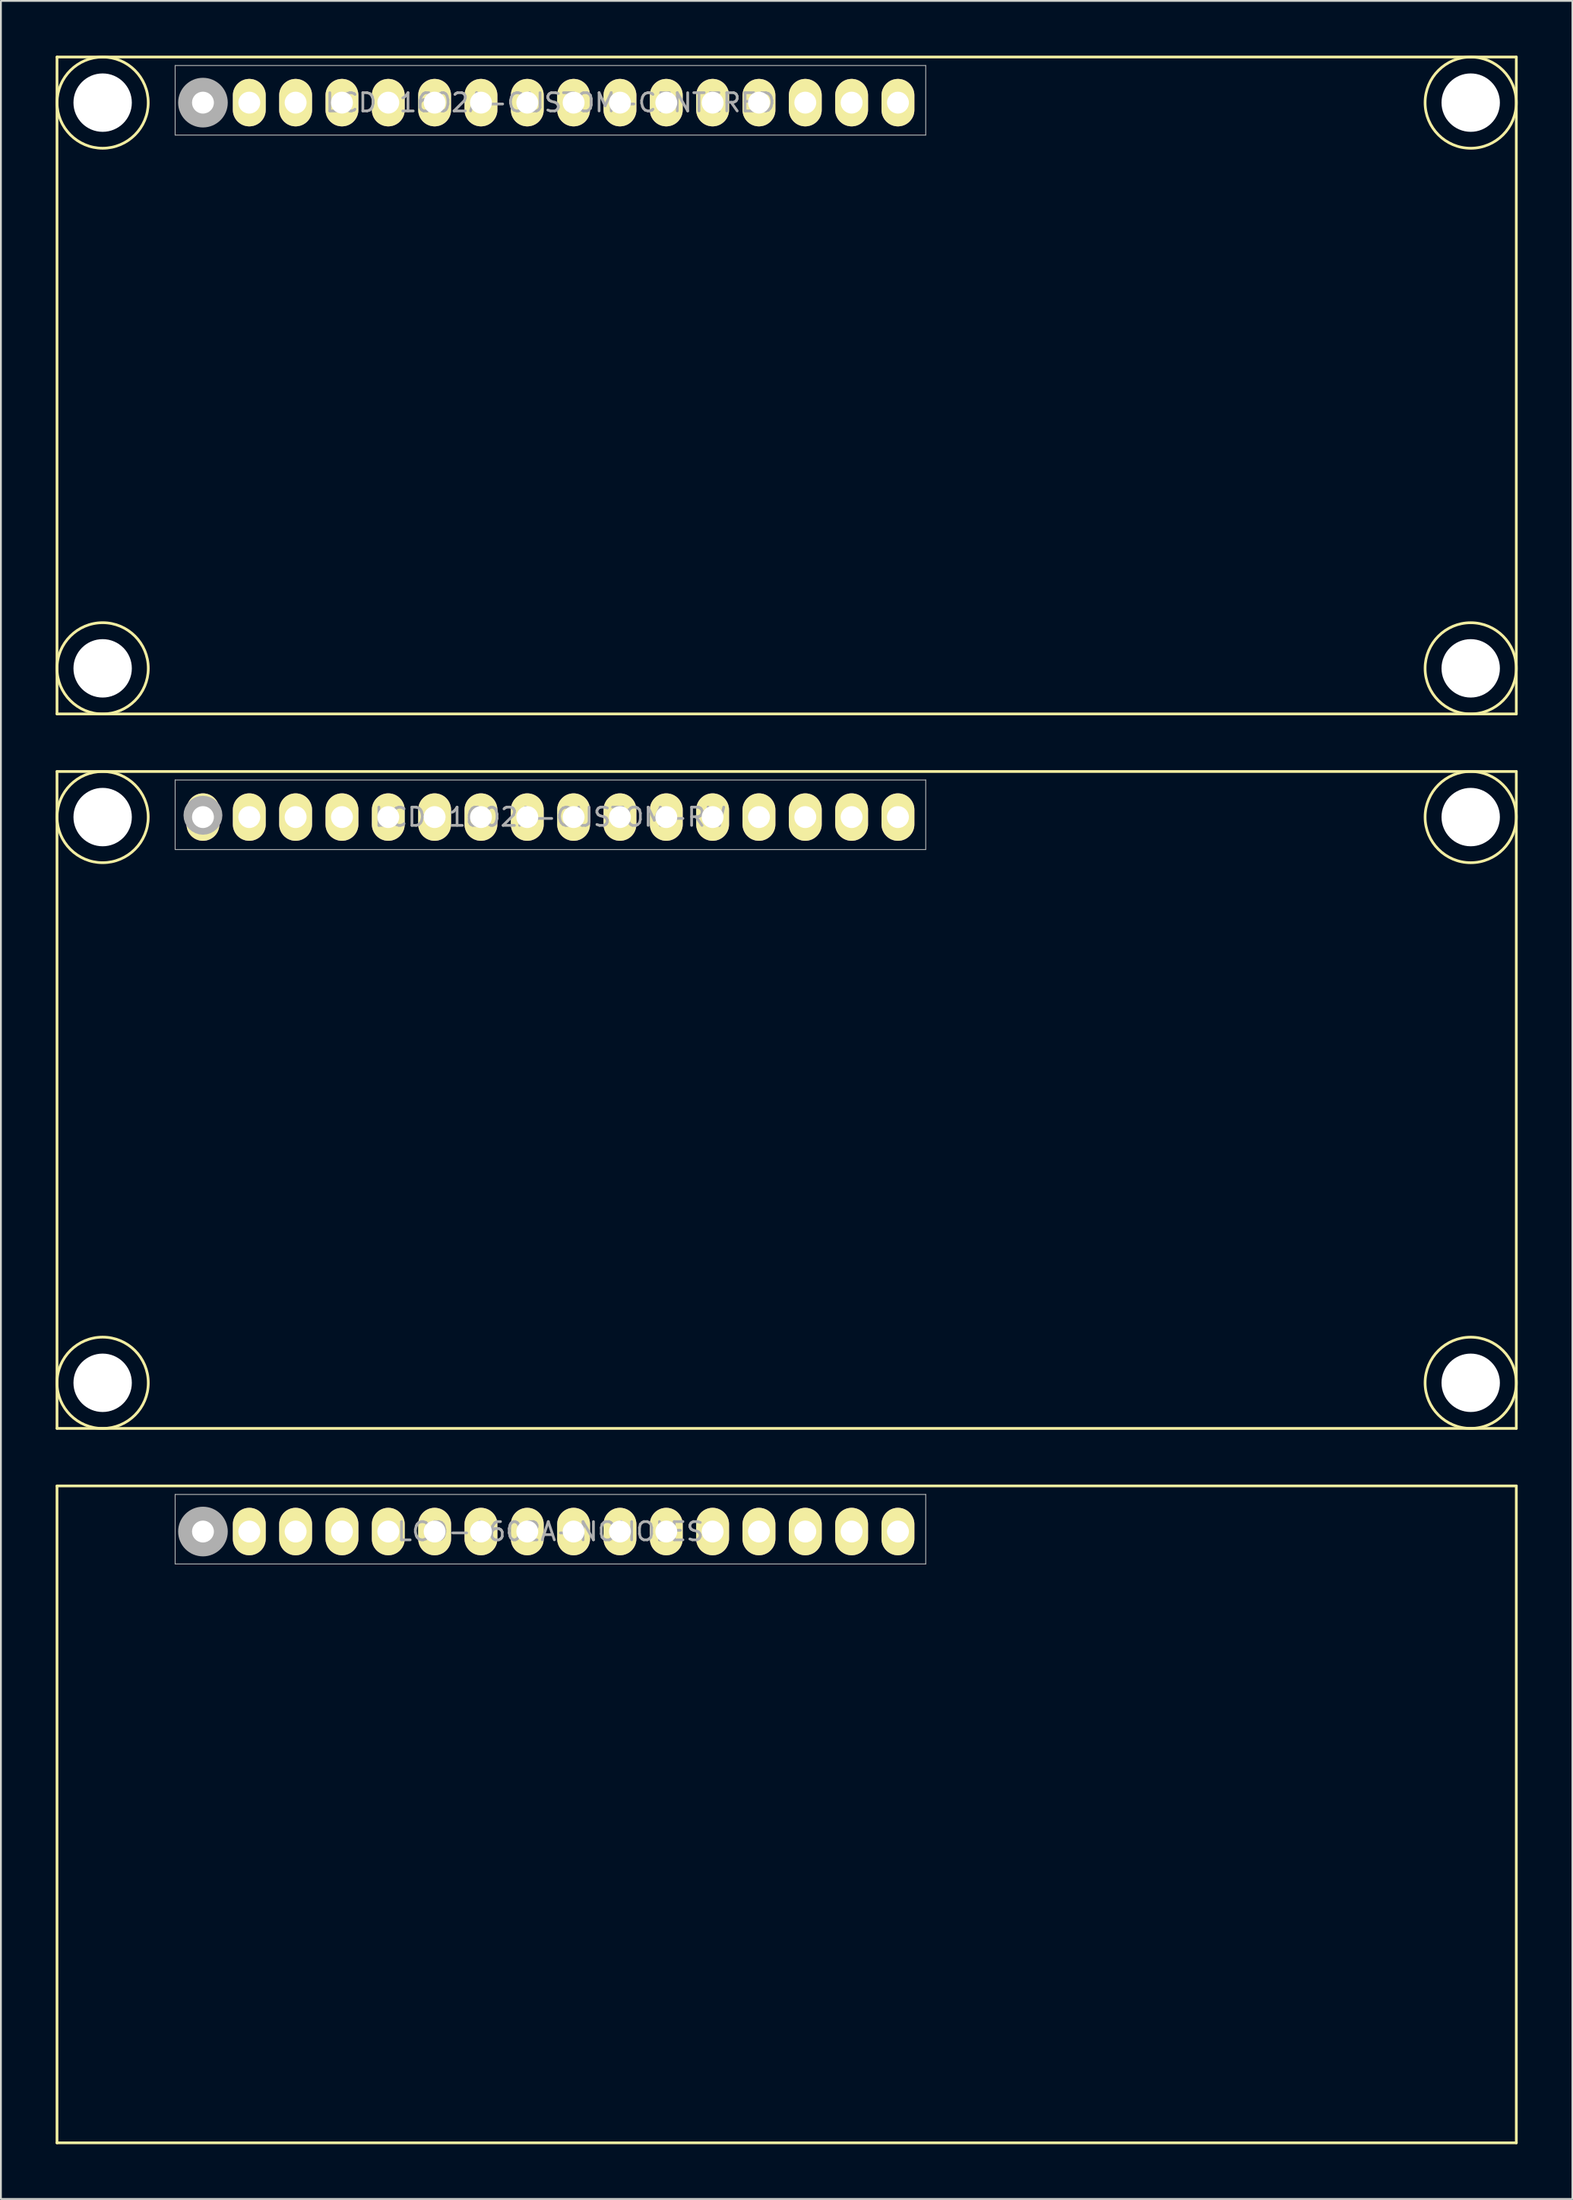
<source format=kicad_pcb>
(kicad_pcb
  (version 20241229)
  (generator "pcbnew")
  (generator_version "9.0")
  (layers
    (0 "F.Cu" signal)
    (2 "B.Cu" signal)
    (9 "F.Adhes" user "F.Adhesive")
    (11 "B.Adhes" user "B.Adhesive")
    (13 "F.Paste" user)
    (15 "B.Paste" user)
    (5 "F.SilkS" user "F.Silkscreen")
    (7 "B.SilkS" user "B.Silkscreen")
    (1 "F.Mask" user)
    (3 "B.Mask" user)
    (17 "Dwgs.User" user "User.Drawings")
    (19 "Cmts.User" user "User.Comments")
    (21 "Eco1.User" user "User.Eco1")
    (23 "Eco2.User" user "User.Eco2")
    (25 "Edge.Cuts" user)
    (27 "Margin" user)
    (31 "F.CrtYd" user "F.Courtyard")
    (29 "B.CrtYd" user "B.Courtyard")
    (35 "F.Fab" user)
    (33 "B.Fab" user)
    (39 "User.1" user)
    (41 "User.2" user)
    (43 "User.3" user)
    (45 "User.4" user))
  (footprint "LCD-1602A-NOHOLES"
    (layer "F.Cu")
    (at 27.126 80.878)
    (property "Reference" "LCD-1602A-NOHOLES" (at 0 0 0) (layer "F.Fab") (effects (font (size 1 1) (thickness 0.15))))
    (attr smd)
    (fp_line (start -27.051 -2.499) (end 52.949 -2.499) (stroke (width 0.15) (type solid)) (layer "F.SilkS"))
    (fp_line (start -27.051 33.5) (end -27.051 -2.499) (stroke (width 0.15) (type solid)) (layer "F.SilkS"))
    (fp_line (start 52.949 -2.499) (end 52.949 33.5) (stroke (width 0.15) (type solid)) (layer "F.SilkS"))
    (fp_line (start 52.949 33.5) (end -27.051 33.5) (stroke (width 0.15) (type solid)) (layer "F.SilkS"))
    (fp_line (start -20.574 -2.032) (end -20.574 1.778) (stroke (width 0.05) (type solid)) (layer "F.Fab"))
    (fp_line (start -20.574 1.778) (end 20.574 1.778) (stroke (width 0.05) (type solid)) (layer "F.Fab"))
    (fp_line (start 20.574 -2.032) (end -20.574 -2.032) (stroke (width 0.05) (type solid)) (layer "F.Fab"))
    (fp_line (start 20.574 1.778) (end 20.574 -2.032) (stroke (width 0.05) (type solid)) (layer "F.Fab"))
    (fp_circle (center -19.05 0) (end -18.85 0.3) (stroke (width 1) (type solid)) (fill no) (layer "F.Fab"))
    (pad "1" thru_hole oval (at -19.05 0) (size 1.8 2.6) (drill 1.2) (layers "*.Cu" "*.Mask" "F.SilkS"))
    (pad "2" thru_hole oval (at -16.51 0) (size 1.8 2.6) (drill 1.2) (layers "*.Cu" "*.Mask" "F.SilkS"))
    (pad "3" thru_hole oval (at -13.97 0) (size 1.8 2.6) (drill 1.2) (layers "*.Cu" "*.Mask" "F.SilkS"))
    (pad "4" thru_hole oval (at -11.43 0) (size 1.8 2.6) (drill 1.2) (layers "*.Cu" "*.Mask" "F.SilkS"))
    (pad "5" thru_hole oval (at -8.89 0) (size 1.8 2.6) (drill 1.2) (layers "*.Cu" "*.Mask" "F.SilkS"))
    (pad "6" thru_hole oval (at -6.35 0) (size 1.8 2.6) (drill 1.2) (layers "*.Cu" "*.Mask" "F.SilkS"))
    (pad "7" thru_hole oval (at -3.81 0) (size 1.8 2.6) (drill 1.2) (layers "*.Cu" "*.Mask" "F.SilkS"))
    (pad "8" thru_hole oval (at -1.27 0) (size 1.8 2.6) (drill 1.2) (layers "*.Cu" "*.Mask" "F.SilkS"))
    (pad "9" thru_hole oval (at 1.27 0) (size 1.8 2.6) (drill 1.2) (layers "*.Cu" "*.Mask" "F.SilkS"))
    (pad "10" thru_hole oval (at 3.81 0) (size 1.8 2.6) (drill 1.2) (layers "*.Cu" "*.Mask" "F.SilkS"))
    (pad "11" thru_hole oval (at 6.35 0) (size 1.8 2.6) (drill 1.2) (layers "*.Cu" "*.Mask" "F.SilkS"))
    (pad "12" thru_hole oval (at 8.89 0) (size 1.8 2.6) (drill 1.2) (layers "*.Cu" "*.Mask" "F.SilkS"))
    (pad "13" thru_hole oval (at 11.43 0) (size 1.8 2.6) (drill 1.2) (layers "*.Cu" "*.Mask" "F.SilkS"))
    (pad "14" thru_hole oval (at 13.97 0) (size 1.8 2.6) (drill 1.2) (layers "*.Cu" "*.Mask" "F.SilkS"))
    (pad "15" thru_hole oval (at 16.51 0) (size 1.8 2.6) (drill 1.2) (layers "*.Cu" "*.Mask" "F.SilkS"))
    (pad "16" thru_hole oval (at 19.05 0) (size 1.8 2.6) (drill 1.2) (layers "*.Cu" "*.Mask" "F.SilkS")))
  (footprint "LCD-1602A-CUSTOM-CENTERED"
    (layer "F.Cu")
    (at 27.126 2.574)
    (property "Reference" "LCD-1602A-CUSTOM-CENTERED" (at 0 0 0) (layer "F.Fab") (effects (font (size 1 1) (thickness 0.15))))
    (attr smd)
    (fp_line (start -27.051 -2.499) (end 52.949 -2.499) (stroke (width 0.15) (type solid)) (layer "F.SilkS"))
    (fp_line (start -27.051 33.5) (end -27.051 -2.499) (stroke (width 0.15) (type solid)) (layer "F.SilkS"))
    (fp_line (start 52.949 -2.499) (end 52.949 33.5) (stroke (width 0.15) (type solid)) (layer "F.SilkS"))
    (fp_line (start 52.949 33.5) (end -27.051 33.5) (stroke (width 0.15) (type solid)) (layer "F.SilkS"))
    (fp_circle (center -24.549 0) (end -22.05 0) (stroke (width 0.15) (type solid)) (fill no) (layer "F.SilkS"))
    (fp_circle (center -24.549 31.001) (end -27.051 31.001) (stroke (width 0.15) (type solid)) (fill no) (layer "F.SilkS"))
    (fp_circle (center 50.449 0) (end 52.949 0) (stroke (width 0.15) (type solid)) (fill no) (layer "F.SilkS"))
    (fp_circle (center 50.449 31.001) (end 52.949 31.001) (stroke (width 0.15) (type solid)) (fill no) (layer "F.SilkS"))
    (fp_line (start -20.574 -2.032) (end -20.574 1.778) (stroke (width 0.05) (type solid)) (layer "F.Fab"))
    (fp_line (start -20.574 1.778) (end 20.574 1.778) (stroke (width 0.05) (type solid)) (layer "F.Fab"))
    (fp_line (start 20.574 -2.032) (end -20.574 -2.032) (stroke (width 0.05) (type solid)) (layer "F.Fab"))
    (fp_line (start 20.574 1.778) (end 20.574 -2.032) (stroke (width 0.05) (type solid)) (layer "F.Fab"))
    (fp_circle (center -19.05 0) (end -18.85 0.3) (stroke (width 1) (type solid)) (fill no) (layer "F.Fab"))
    (pad "" np_thru_hole circle (at -24.549 0) (size 3.2 3.2) (drill 3.2) (layers "*.Cu"))
    (pad "" np_thru_hole circle (at -24.549 31.001) (size 3.2 3.2) (drill 3.2) (layers "*.Cu"))
    (pad "" np_thru_hole circle (at 50.449 0) (size 3.2 3.2) (drill 3.2) (layers "*.Cu"))
    (pad "" np_thru_hole circle (at 50.449 31.001) (size 3.2 3.2) (drill 3.2) (layers "*.Cu"))
    (pad "1" thru_hole oval (at -19.05 0) (size 1.8 2.6) (drill 1.2) (layers "*.Cu" "*.Mask" "F.SilkS"))
    (pad "2" thru_hole oval (at -16.51 0) (size 1.8 2.6) (drill 1.2) (layers "*.Cu" "*.Mask" "F.SilkS"))
    (pad "3" thru_hole oval (at -13.97 0) (size 1.8 2.6) (drill 1.2) (layers "*.Cu" "*.Mask" "F.SilkS"))
    (pad "4" thru_hole oval (at -11.43 0) (size 1.8 2.6) (drill 1.2) (layers "*.Cu" "*.Mask" "F.SilkS"))
    (pad "5" thru_hole oval (at -8.89 0) (size 1.8 2.6) (drill 1.2) (layers "*.Cu" "*.Mask" "F.SilkS"))
    (pad "6" thru_hole oval (at -6.35 0) (size 1.8 2.6) (drill 1.2) (layers "*.Cu" "*.Mask" "F.SilkS"))
    (pad "7" thru_hole oval (at -3.81 0) (size 1.8 2.6) (drill 1.2) (layers "*.Cu" "*.Mask" "F.SilkS"))
    (pad "8" thru_hole oval (at -1.27 0) (size 1.8 2.6) (drill 1.2) (layers "*.Cu" "*.Mask" "F.SilkS"))
    (pad "9" thru_hole oval (at 1.27 0) (size 1.8 2.6) (drill 1.2) (layers "*.Cu" "*.Mask" "F.SilkS"))
    (pad "10" thru_hole oval (at 3.81 0) (size 1.8 2.6) (drill 1.2) (layers "*.Cu" "*.Mask" "F.SilkS"))
    (pad "11" thru_hole oval (at 6.35 0) (size 1.8 2.6) (drill 1.2) (layers "*.Cu" "*.Mask" "F.SilkS"))
    (pad "12" thru_hole oval (at 8.89 0) (size 1.8 2.6) (drill 1.2) (layers "*.Cu" "*.Mask" "F.SilkS"))
    (pad "13" thru_hole oval (at 11.43 0) (size 1.8 2.6) (drill 1.2) (layers "*.Cu" "*.Mask" "F.SilkS"))
    (pad "14" thru_hole oval (at 13.97 0) (size 1.8 2.6) (drill 1.2) (layers "*.Cu" "*.Mask" "F.SilkS"))
    (pad "15" thru_hole oval (at 16.51 0) (size 1.8 2.6) (drill 1.2) (layers "*.Cu" "*.Mask" "F.SilkS"))
    (pad "16" thru_hole oval (at 19.05 0) (size 1.8 2.6) (drill 1.2) (layers "*.Cu" "*.Mask" "F.SilkS")))
  (footprint "LCD-1602A-CUSTOM-RW"
    (layer "F.Cu")
    (at 8.076 41.726)
    (property "Reference" "LCD-1602A-CUSTOM-RW" (at 19.05 0 0) (layer "F.Fab") (effects (font (size 1 1) (thickness 0.15))))
    (attr smd)
    (fp_line (start -8.001 -2.499) (end 71.999 -2.499) (stroke (width 0.15) (type solid)) (layer "F.SilkS"))
    (fp_line (start -8.001 33.5) (end -8.001 -2.499) (stroke (width 0.15) (type solid)) (layer "F.SilkS"))
    (fp_line (start 71.999 -2.499) (end 71.999 33.5) (stroke (width 0.15) (type solid)) (layer "F.SilkS"))
    (fp_line (start 71.999 33.5) (end -8.001 33.5) (stroke (width 0.15) (type solid)) (layer "F.SilkS"))
    (fp_circle (center -5.499 0) (end -3 0) (stroke (width 0.15) (type solid)) (fill no) (layer "F.SilkS"))
    (fp_circle (center -5.499 31.001) (end -8.001 31.001) (stroke (width 0.15) (type solid)) (fill no) (layer "F.SilkS"))
    (fp_circle (center 69.499 0) (end 71.999 0) (stroke (width 0.15) (type solid)) (fill no) (layer "F.SilkS"))
    (fp_circle (center 69.499 31.001) (end 71.999 31.001) (stroke (width 0.15) (type solid)) (fill no) (layer "F.SilkS"))
    (fp_line (start -1.524 -2.032) (end -1.524 1.778) (stroke (width 0.05) (type solid)) (layer "F.Fab"))
    (fp_line (start -1.524 1.778) (end 39.624 1.778) (stroke (width 0.05) (type solid)) (layer "F.Fab"))
    (fp_line (start 39.624 -2.032) (end -1.524 -2.032) (stroke (width 0.05) (type solid)) (layer "F.Fab"))
    (fp_line (start 39.624 1.778) (end 39.624 -2.032) (stroke (width 0.05) (type solid)) (layer "F.Fab"))
    (fp_circle (center 0 -0.1) (end 0.4 0.3) (stroke (width 1) (type solid)) (fill no) (layer "F.Fab"))
    (pad "" np_thru_hole circle (at -5.499 0) (size 3.2 3.2) (drill 3.2) (layers "*.Cu"))
    (pad "" np_thru_hole circle (at -5.499 31.001) (size 3.2 3.2) (drill 3.2) (layers "*.Cu" "*.Mask"))
    (pad "" np_thru_hole circle (at 69.499 0) (size 3.2 3.2) (drill 3.2) (layers "*.Cu"))
    (pad "" np_thru_hole circle (at 69.499 31.001) (size 3.2 3.2) (drill 3.2) (layers "*.Cu"))
    (pad "1" thru_hole oval (at 0 0) (size 1.8 2.6) (drill 1.2) (layers "*.Cu" "*.Mask" "F.SilkS"))
    (pad "2" thru_hole oval (at 2.54 0) (size 1.8 2.6) (drill 1.2) (layers "*.Cu" "*.Mask" "F.SilkS"))
    (pad "3" thru_hole oval (at 5.08 0) (size 1.8 2.6) (drill 1.2) (layers "*.Cu" "*.Mask" "F.SilkS"))
    (pad "4" thru_hole oval (at 7.62 0) (size 1.8 2.6) (drill 1.2) (layers "*.Cu" "*.Mask" "F.SilkS"))
    (pad "5" thru_hole oval (at 10.16 0) (size 1.8 2.6) (drill 1.2) (layers "*.Cu" "*.Mask" "F.SilkS"))
    (pad "6" thru_hole oval (at 12.7 0) (size 1.8 2.6) (drill 1.2) (layers "*.Cu" "*.Mask" "F.SilkS"))
    (pad "7" thru_hole oval (at 15.24 0) (size 1.8 2.6) (drill 1.2) (layers "*.Cu" "*.Mask" "F.SilkS"))
    (pad "8" thru_hole oval (at 17.78 0) (size 1.8 2.6) (drill 1.2) (layers "*.Cu" "*.Mask" "F.SilkS"))
    (pad "9" thru_hole oval (at 20.32 0) (size 1.8 2.6) (drill 1.2) (layers "*.Cu" "*.Mask" "F.SilkS"))
    (pad "10" thru_hole oval (at 22.86 0) (size 1.8 2.6) (drill 1.2) (layers "*.Cu" "*.Mask" "F.SilkS"))
    (pad "11" thru_hole oval (at 25.4 0) (size 1.8 2.6) (drill 1.2) (layers "*.Cu" "*.Mask" "F.SilkS"))
    (pad "12" thru_hole oval (at 27.94 0) (size 1.8 2.6) (drill 1.2) (layers "*.Cu" "*.Mask" "F.SilkS"))
    (pad "13" thru_hole oval (at 30.48 0) (size 1.8 2.6) (drill 1.2) (layers "*.Cu" "*.Mask" "F.SilkS"))
    (pad "14" thru_hole oval (at 33.02 0) (size 1.8 2.6) (drill 1.2) (layers "*.Cu" "*.Mask" "F.SilkS"))
    (pad "15" thru_hole oval (at 35.56 0) (size 1.8 2.6) (drill 1.2) (layers "*.Cu" "*.Mask" "F.SilkS"))
    (pad "16" thru_hole oval (at 38.1 0) (size 1.8 2.6) (drill 1.2) (layers "*.Cu" "*.Mask" "F.SilkS")))
  (gr_rect
    (start -3 -3)
    (end 83.15 117.453)
    (stroke (width 0.1) (type default))
    (fill no)
    (layer "Edge.Cuts")))
</source>
